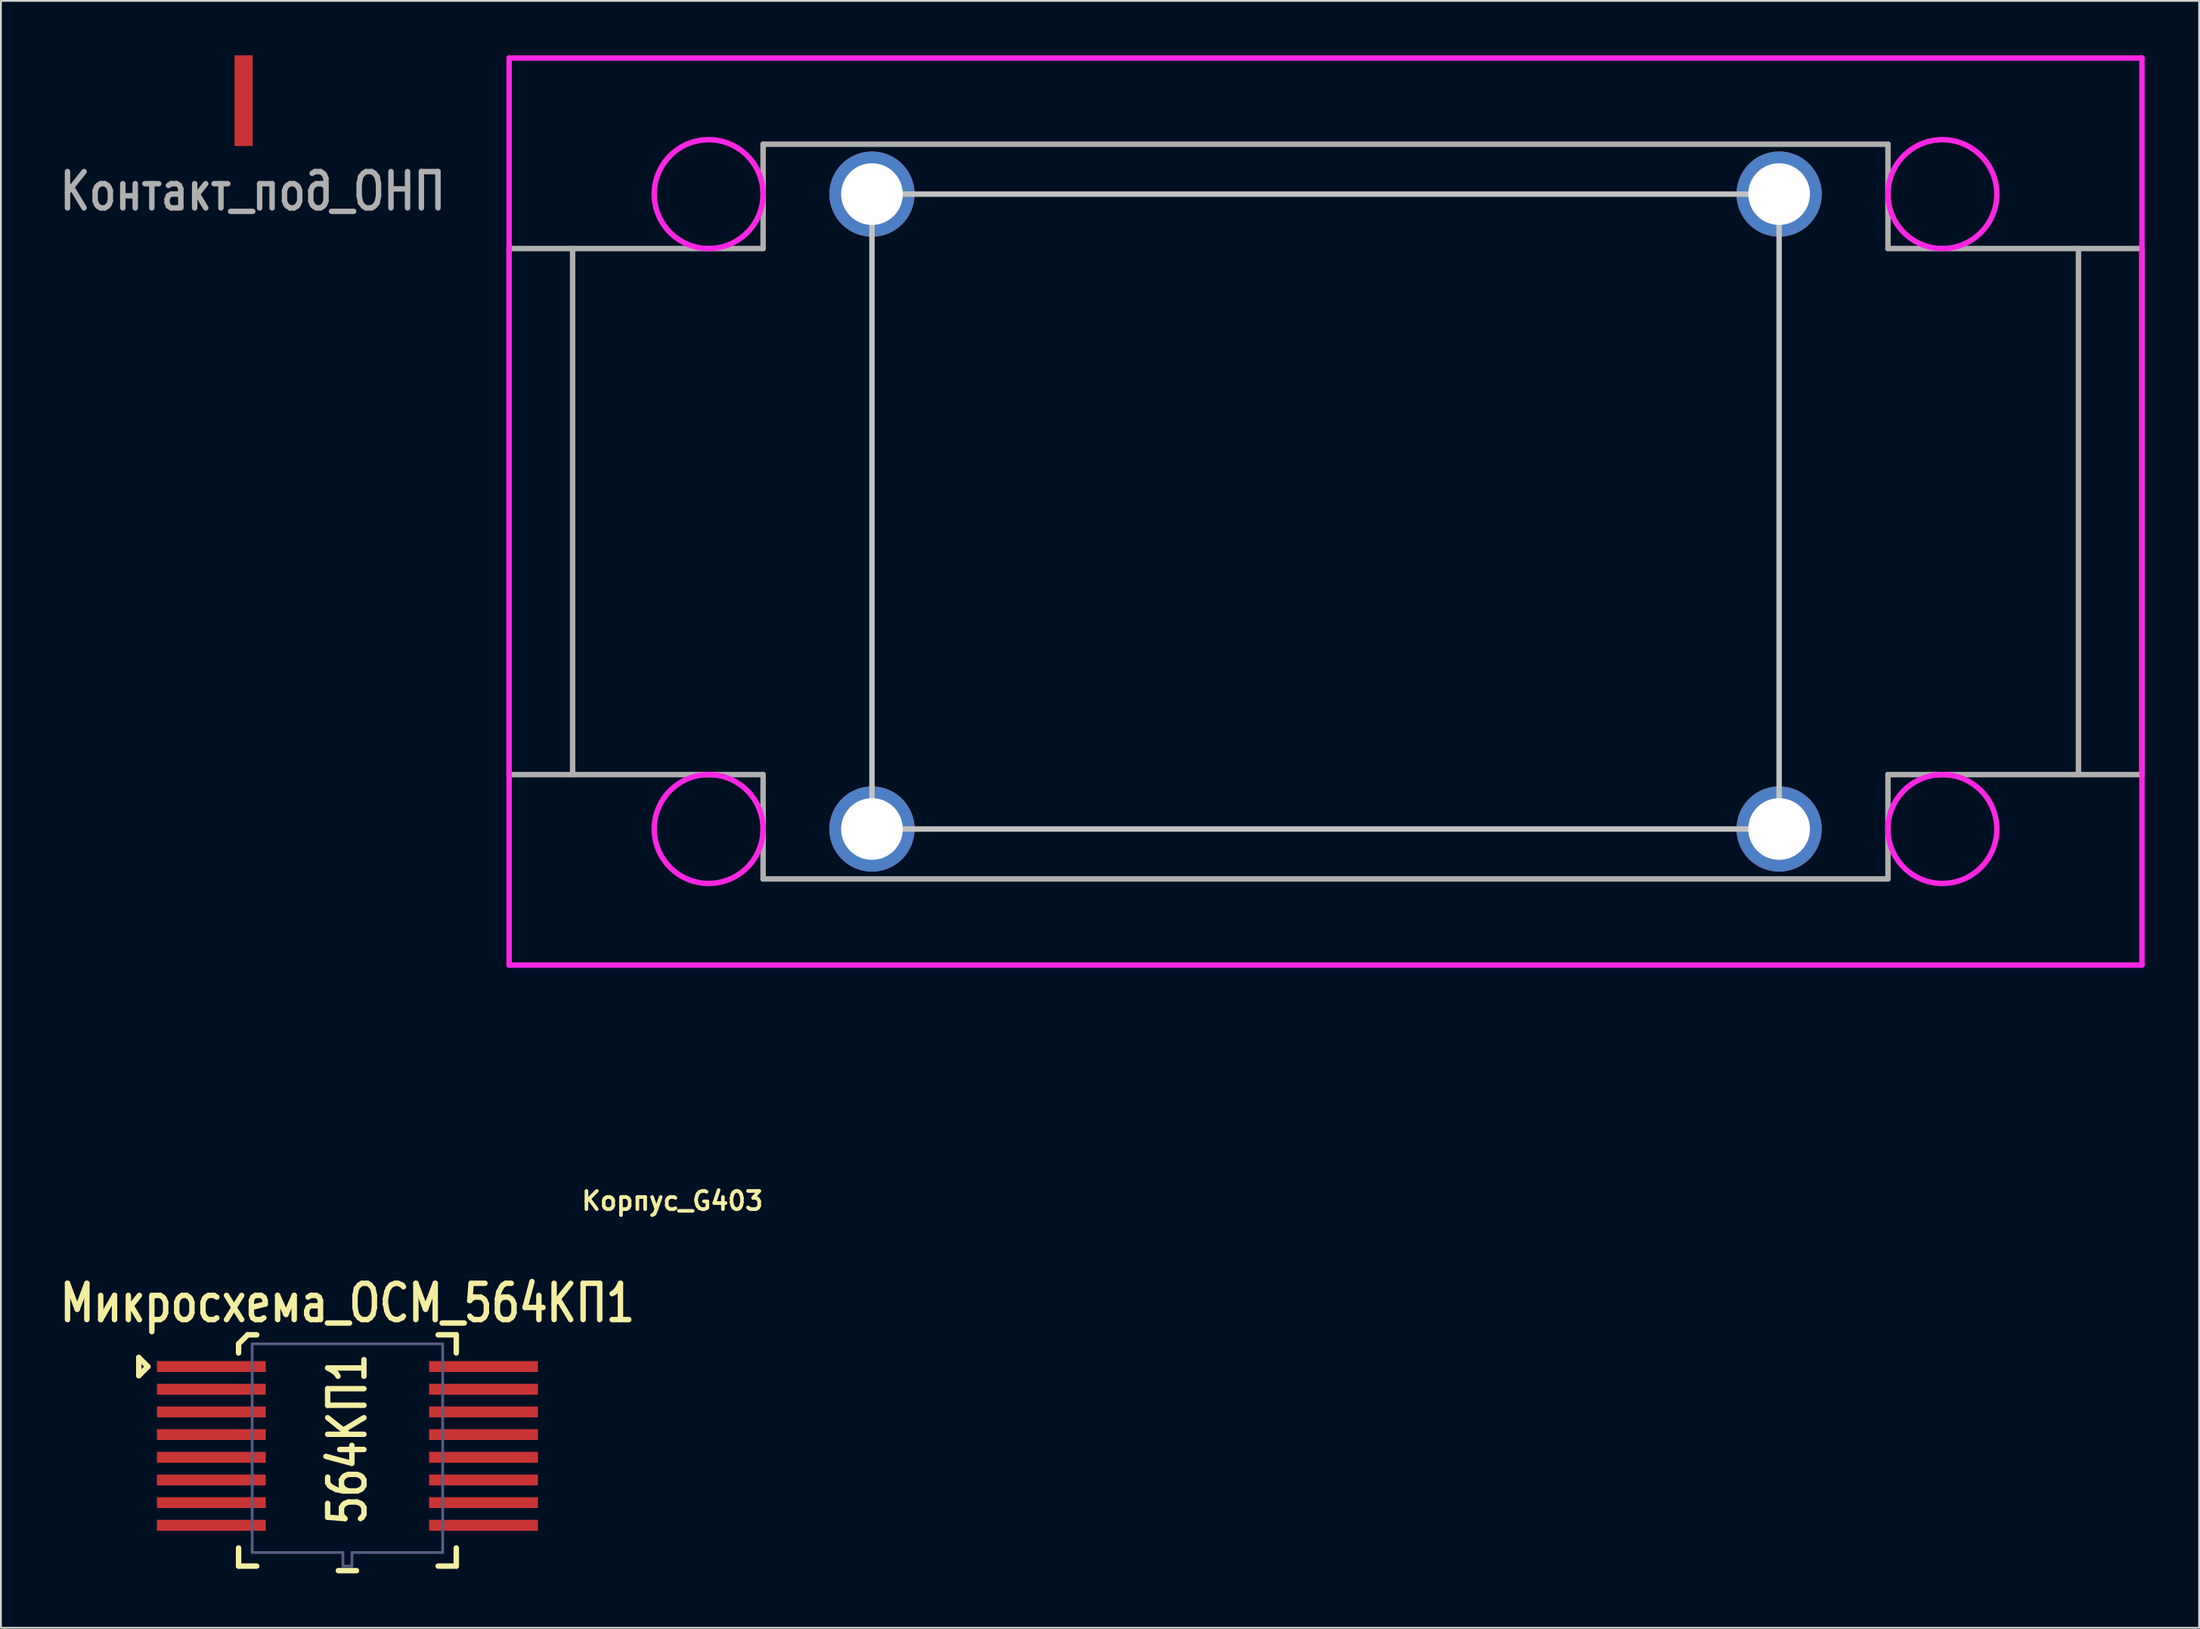
<source format=kicad_pcb>
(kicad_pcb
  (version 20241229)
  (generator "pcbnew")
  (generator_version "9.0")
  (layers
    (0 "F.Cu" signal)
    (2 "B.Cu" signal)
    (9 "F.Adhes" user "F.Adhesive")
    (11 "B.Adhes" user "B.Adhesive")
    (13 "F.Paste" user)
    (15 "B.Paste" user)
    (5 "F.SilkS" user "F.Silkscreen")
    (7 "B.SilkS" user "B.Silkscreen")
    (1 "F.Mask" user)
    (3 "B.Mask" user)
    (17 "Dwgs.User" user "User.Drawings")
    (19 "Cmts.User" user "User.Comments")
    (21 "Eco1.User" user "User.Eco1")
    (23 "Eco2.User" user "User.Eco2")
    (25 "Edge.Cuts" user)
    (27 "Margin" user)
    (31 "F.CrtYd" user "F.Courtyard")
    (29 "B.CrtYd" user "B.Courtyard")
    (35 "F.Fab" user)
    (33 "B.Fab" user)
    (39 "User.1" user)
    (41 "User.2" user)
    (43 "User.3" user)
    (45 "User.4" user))
  (footprint "Контакт_под_ОНП"
    (layer "F.Cu")
    (at 10.38 2.5)
    (property "Reference" "Контакт_под_ОНП" (at 0.5 5 0) (layer "F.Fab") (effects (font (size 2 1.6) (thickness 0.3))))
    (attr through_hole)
    (pad "1" smd rect (at 0 0) (size 1 5) (layers "F.Cu" "F.Mask" "F.Paste")))
  (footprint "Микросхема_ОСМ_564КП1"
    (layer "F.Cu")
    (at 8.6 72.282)
    (property "Reference" "Микросхема_ОСМ_564КП1" (at 7.5 -3.5 0) (layer "F.SilkS") (effects (font (size 2 1.6) (thickness 0.3))))
    (attr through_hole)
    (fp_line (start -4 -0.5) (end -4 0.5) (stroke (width 0.3) (type solid)) (layer "F.SilkS"))
    (fp_line (start -4 0.5) (end -3.5 0) (stroke (width 0.3) (type solid)) (layer "F.SilkS"))
    (fp_line (start -3.5 0) (end -4 -0.5) (stroke (width 0.3) (type solid)) (layer "F.SilkS"))
    (fp_line (start 1.5 -1.25) (end 2 -1.75) (stroke (width 0.3) (type solid)) (layer "F.SilkS"))
    (fp_line (start 1.5 -0.75) (end 1.5 -1.25) (stroke (width 0.3) (type solid)) (layer "F.SilkS"))
    (fp_line (start 1.5 11) (end 1.5 10) (stroke (width 0.3) (type solid)) (layer "F.SilkS"))
    (fp_line (start 1.5 11) (end 2.5 11) (stroke (width 0.3) (type solid)) (layer "F.SilkS"))
    (fp_line (start 2 -1.75) (end 2.5 -1.75) (stroke (width 0.3) (type solid)) (layer "F.SilkS"))
    (fp_line (start 8 11.25) (end 7 11.25) (stroke (width 0.3) (type solid)) (layer "F.SilkS"))
    (fp_line (start 13.5 -1.75) (end 12.5 -1.75) (stroke (width 0.3) (type solid)) (layer "F.SilkS"))
    (fp_line (start 13.5 -1.75) (end 13.5 -0.75) (stroke (width 0.3) (type solid)) (layer "F.SilkS"))
    (fp_line (start 13.5 11) (end 12.5 11) (stroke (width 0.3) (type solid)) (layer "F.SilkS"))
    (fp_line (start 13.5 11) (end 13.5 10) (stroke (width 0.3) (type solid)) (layer "F.SilkS"))
    (fp_line (start 2.25 -1.25) (end 2.25 10.25) (stroke (width 0.15) (type solid)) (layer "B.Fab"))
    (fp_line (start 2.25 10.25) (end 7.25 10.25) (stroke (width 0.15) (type solid)) (layer "B.Fab"))
    (fp_line (start 7.25 10.25) (end 7.25 11) (stroke (width 0.15) (type solid)) (layer "B.Fab"))
    (fp_line (start 7.25 11) (end 7.75 11) (stroke (width 0.15) (type solid)) (layer "B.Fab"))
    (fp_line (start 7.75 10.25) (end 12.75 10.25) (stroke (width 0.15) (type solid)) (layer "B.Fab"))
    (fp_line (start 7.75 11) (end 7.75 10.25) (stroke (width 0.15) (type solid)) (layer "B.Fab"))
    (fp_line (start 12.75 -1.25) (end 2.25 -1.25) (stroke (width 0.15) (type solid)) (layer "B.Fab"))
    (fp_line (start 12.75 -1.25) (end 12.75 10.25) (stroke (width 0.15) (type solid)) (layer "B.Fab"))
    (fp_text user "564КП1" (at 7.5 4 270) (layer "F.SilkS") (effects (font (size 2 1.6) (thickness 0.3))))
    (pad "1" smd rect (at 0 0) (size 6 0.6) (layers "F.Cu" "F.Mask" "F.Paste"))
    (pad "2" smd rect (at 0 1.25) (size 6 0.6) (layers "F.Cu" "F.Mask" "F.Paste"))
    (pad "3" smd rect (at 0 2.5) (size 6 0.6) (layers "F.Cu" "F.Mask" "F.Paste"))
    (pad "4" smd rect (at 0 3.75) (size 6 0.6) (layers "F.Cu" "F.Mask" "F.Paste"))
    (pad "5" smd rect (at 0 5) (size 6 0.6) (layers "F.Cu" "F.Mask" "F.Paste"))
    (pad "6" smd rect (at 0 6.25) (size 6 0.6) (layers "F.Cu" "F.Mask" "F.Paste"))
    (pad "7" smd rect (at 0 7.5) (size 6 0.6) (layers "F.Cu" "F.Mask" "F.Paste"))
    (pad "8" smd rect (at 0 8.75) (size 6 0.6) (layers "F.Cu" "F.Mask" "F.Paste"))
    (pad "9" smd rect (at 15 8.75) (size 6 0.6) (layers "F.Cu" "F.Mask" "F.Paste"))
    (pad "10" smd rect (at 15 7.5) (size 6 0.6) (layers "F.Cu" "F.Mask" "F.Paste"))
    (pad "11" smd rect (at 15 6.25) (size 6 0.6) (layers "F.Cu" "F.Mask" "F.Paste"))
    (pad "12" smd rect (at 15 5) (size 6 0.6) (layers "F.Cu" "F.Mask" "F.Paste"))
    (pad "13" smd rect (at 15 3.75) (size 6 0.6) (layers "F.Cu" "F.Mask" "F.Paste"))
    (pad "14" smd rect (at 15 2.5) (size 6 0.6) (layers "F.Cu" "F.Mask" "F.Paste"))
    (pad "15" smd rect (at 15 1.25) (size 6 0.6) (layers "F.Cu" "F.Mask" "F.Paste"))
    (pad "16" smd rect (at 15 0) (size 6 0.6) (layers "F.Cu" "F.Mask" "F.Paste")))
  (footprint "Корпус_G403"
    (layer "F.Cu")
    (at 25.011 50.15)
    (property "Reference" "Корпус_G403" (at 9 13 0) (layer "F.SilkS") (effects (font (size 1 1) (thickness 0.2))))
    (attr through_hole)
    (fp_line (start 20 -42.5) (end 20 -7.5) (stroke (width 0.3) (type solid)) (layer "Dwgs.User"))
    (fp_line (start 20 -42.5) (end 70 -42.5) (stroke (width 0.3) (type solid)) (layer "Dwgs.User"))
    (fp_line (start 20 -7.5) (end 70 -7.5) (stroke (width 0.3) (type solid)) (layer "Dwgs.User"))
    (fp_line (start 70 -7.5) (end 70 -42.5) (stroke (width 0.3) (type solid)) (layer "Dwgs.User"))
    (fp_line (start 0 -50) (end 0 0) (stroke (width 0.3) (type solid)) (layer "F.CrtYd"))
    (fp_line (start 0 0) (end 90 0) (stroke (width 0.3) (type solid)) (layer "F.CrtYd"))
    (fp_line (start 90 -50) (end 0 -50) (stroke (width 0.3) (type solid)) (layer "F.CrtYd"))
    (fp_line (start 90 0) (end 90 -50) (stroke (width 0.3) (type solid)) (layer "F.CrtYd"))
    (fp_circle (center 11 -42.5) (end 14 -42.5) (stroke (width 0.3) (type solid)) (fill no) (layer "F.CrtYd"))
    (fp_circle (center 11 -7.5) (end 14 -7.5) (stroke (width 0.3) (type solid)) (fill no) (layer "F.CrtYd"))
    (fp_circle (center 79 -42.5) (end 82 -42.5) (stroke (width 0.3) (type solid)) (fill no) (layer "F.CrtYd"))
    (fp_circle (center 79 -7.5) (end 82 -7.5) (stroke (width 0.3) (type solid)) (fill no) (layer "F.CrtYd"))
    (fp_line (start 0 -39.5) (end 0 -10.5) (stroke (width 0.3) (type solid)) (layer "F.Fab"))
    (fp_line (start 3.5 -10.5) (end 3.5 -39.5) (stroke (width 0.3) (type solid)) (layer "F.Fab"))
    (fp_line (start 14 -45.25) (end 14 -39.5) (stroke (width 0.3) (type solid)) (layer "F.Fab"))
    (fp_line (start 14 -39.5) (end 0 -39.5) (stroke (width 0.3) (type solid)) (layer "F.Fab"))
    (fp_line (start 14 -10.5) (end 0 -10.5) (stroke (width 0.3) (type solid)) (layer "F.Fab"))
    (fp_line (start 14 -4.75) (end 14 -10.5) (stroke (width 0.3) (type solid)) (layer "F.Fab"))
    (fp_line (start 76 -45.25) (end 14 -45.25) (stroke (width 0.3) (type solid)) (layer "F.Fab"))
    (fp_line (start 76 -45.25) (end 76 -39.5) (stroke (width 0.3) (type solid)) (layer "F.Fab"))
    (fp_line (start 76 -39.5) (end 90 -39.5) (stroke (width 0.3) (type solid)) (layer "F.Fab"))
    (fp_line (start 76 -10.5) (end 76 -4.75) (stroke (width 0.3) (type solid)) (layer "F.Fab"))
    (fp_line (start 76 -4.75) (end 14 -4.75) (stroke (width 0.3) (type solid)) (layer "F.Fab"))
    (fp_line (start 86.5 -10.5) (end 86.5 -39.5) (stroke (width 0.3) (type solid)) (layer "F.Fab"))
    (fp_line (start 90 -39.5) (end 90 -10.5) (stroke (width 0.3) (type solid)) (layer "F.Fab"))
    (fp_line (start 90 -10.5) (end 76 -10.5) (stroke (width 0.3) (type solid)) (layer "F.Fab"))
    (pad "" thru_hole circle (at 20 -42.5) (size 4.7 4.7) (drill 3.4) (layers "*.Cu" "*.Mask"))
    (pad "" thru_hole circle (at 20 -7.5) (size 4.7 4.7) (drill 3.4) (layers "*.Cu" "*.Mask"))
    (pad "" thru_hole circle (at 70 -42.5) (size 4.7 4.7) (drill 3.4) (layers "*.Cu" "*.Mask"))
    (pad "" thru_hole circle (at 70 -7.5) (size 4.7 4.7) (drill 3.4) (layers "*.Cu" "*.Mask")))
  (gr_rect
    (start -3 -3)
    (end 118.161 86.683)
    (stroke (width 0.1) (type default))
    (fill no)
    (layer "Edge.Cuts")))
</source>
